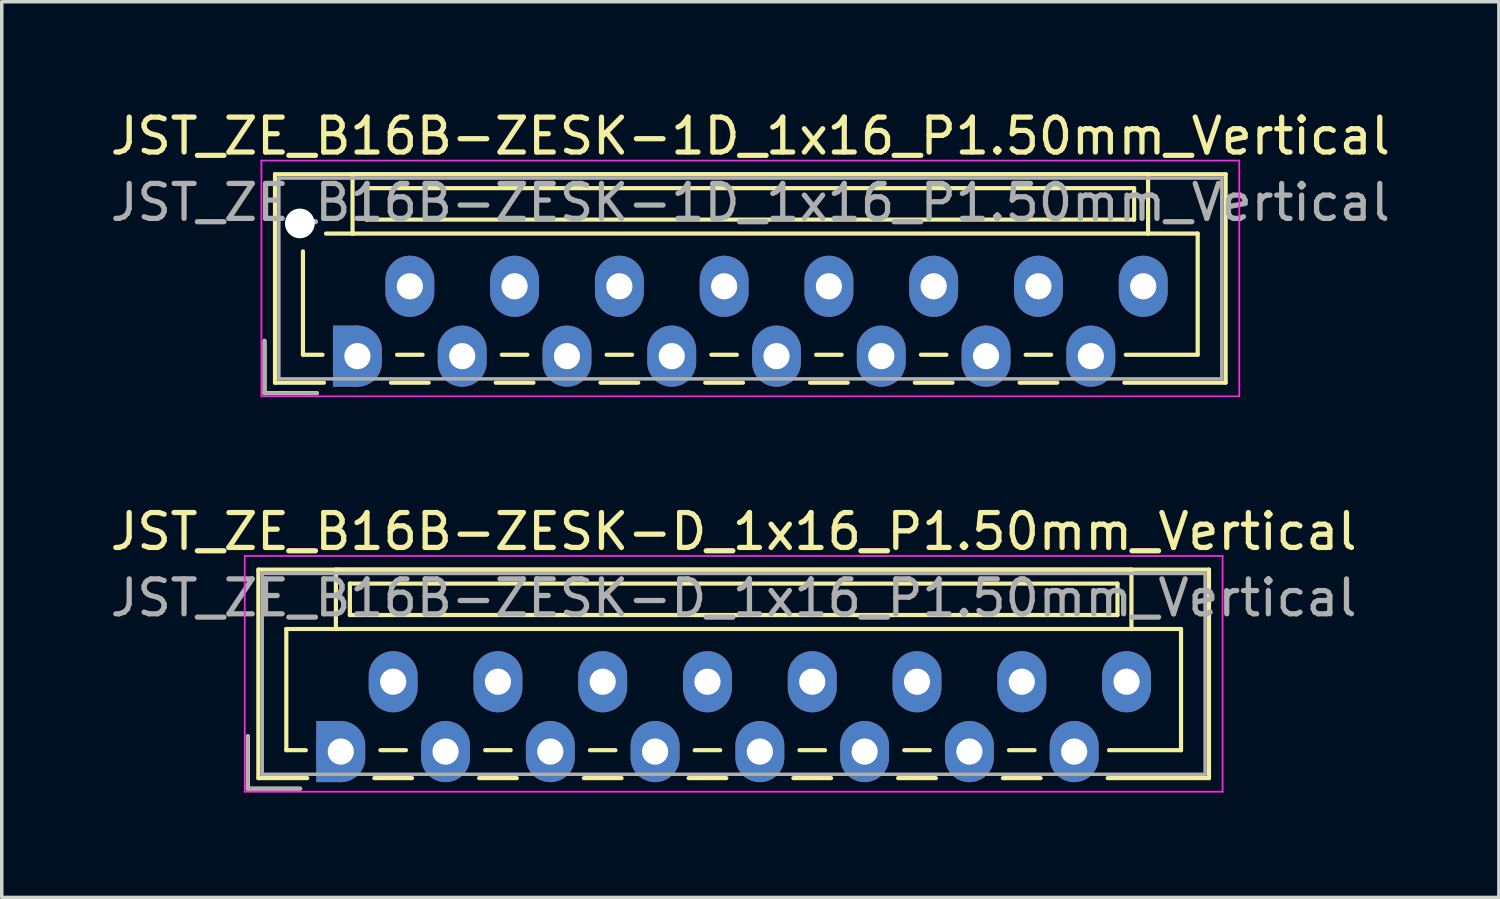
<source format=kicad_pcb>
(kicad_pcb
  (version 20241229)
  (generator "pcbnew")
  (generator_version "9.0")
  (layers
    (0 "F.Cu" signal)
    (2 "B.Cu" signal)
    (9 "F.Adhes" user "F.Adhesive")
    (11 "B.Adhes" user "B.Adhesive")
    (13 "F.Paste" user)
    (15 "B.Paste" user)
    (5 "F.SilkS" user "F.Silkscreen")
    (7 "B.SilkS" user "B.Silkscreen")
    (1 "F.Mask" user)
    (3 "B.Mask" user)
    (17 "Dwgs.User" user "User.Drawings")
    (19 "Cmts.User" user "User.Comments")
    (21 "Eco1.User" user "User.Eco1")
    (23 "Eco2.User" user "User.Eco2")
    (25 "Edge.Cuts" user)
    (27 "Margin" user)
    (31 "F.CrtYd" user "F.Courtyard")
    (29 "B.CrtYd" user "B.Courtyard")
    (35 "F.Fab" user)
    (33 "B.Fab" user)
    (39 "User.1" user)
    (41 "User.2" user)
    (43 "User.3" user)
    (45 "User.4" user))
  (footprint "JST_ZE_B16B-ZESK-D_1x16_P1.50mm_Vertical"
    (layer "F.Cu")
    (at 6.708 18.471)
    (property "Reference" "JST_ZE_B16B-ZESK-D_1x16_P1.50mm_Vertical" (at 11.25 -6.3 0) (layer "F.SilkS") (effects (font (size 1 1) (thickness 0.15))))
    (attr through_hole)
    (fp_line (start -2.66 -0.44) (end -2.66 1.06) (stroke (width 0.12) (type solid)) (layer "F.SilkS"))
    (fp_line (start -2.66 1.06) (end -1.16 1.06) (stroke (width 0.12) (type solid)) (layer "F.SilkS"))
    (fp_line (start -2.36 -5.21) (end 24.86 -5.21) (stroke (width 0.12) (type solid)) (layer "F.SilkS"))
    (fp_line (start -2.36 0.76) (end -2.36 -5.21) (stroke (width 0.12) (type solid)) (layer "F.SilkS"))
    (fp_line (start -1.56 -3.51) (end -1.56 -0.04) (stroke (width 0.12) (type solid)) (layer "F.SilkS"))
    (fp_line (start -1.56 -0.04) (end -1 -0.04) (stroke (width 0.12) (type solid)) (layer "F.SilkS"))
    (fp_line (start -0.96 0.76) (end -2.36 0.76) (stroke (width 0.12) (type solid)) (layer "F.SilkS"))
    (fp_line (start -0.14 -5.21) (end -0.14 -3.51) (stroke (width 0.12) (type solid)) (layer "F.SilkS"))
    (fp_line (start -0.14 -3.51) (end -1.56 -3.51) (stroke (width 0.12) (type solid)) (layer "F.SilkS"))
    (fp_line (start -0.14 -3.51) (end 22.64 -3.51) (stroke (width 0.12) (type solid)) (layer "F.SilkS"))
    (fp_line (start 0.26 -4.81) (end 0.26 -3.91) (stroke (width 0.12) (type solid)) (layer "F.SilkS"))
    (fp_line (start 0.26 -3.91) (end 22.24 -3.91) (stroke (width 0.12) (type solid)) (layer "F.SilkS"))
    (fp_line (start 0.96 0.76) (end 2.04 0.76) (stroke (width 0.12) (type solid)) (layer "F.SilkS"))
    (fp_line (start 1.135 -0.04) (end 1.865 -0.04) (stroke (width 0.12) (type solid)) (layer "F.SilkS"))
    (fp_line (start 3.96 0.76) (end 5.04 0.76) (stroke (width 0.12) (type solid)) (layer "F.SilkS"))
    (fp_line (start 4.135 -0.04) (end 4.865 -0.04) (stroke (width 0.12) (type solid)) (layer "F.SilkS"))
    (fp_line (start 6.96 0.76) (end 8.04 0.76) (stroke (width 0.12) (type solid)) (layer "F.SilkS"))
    (fp_line (start 7.135 -0.04) (end 7.865 -0.04) (stroke (width 0.12) (type solid)) (layer "F.SilkS"))
    (fp_line (start 9.96 0.76) (end 11.04 0.76) (stroke (width 0.12) (type solid)) (layer "F.SilkS"))
    (fp_line (start 10.135 -0.04) (end 10.865 -0.04) (stroke (width 0.12) (type solid)) (layer "F.SilkS"))
    (fp_line (start 12.96 0.76) (end 14.04 0.76) (stroke (width 0.12) (type solid)) (layer "F.SilkS"))
    (fp_line (start 13.135 -0.04) (end 13.865 -0.04) (stroke (width 0.12) (type solid)) (layer "F.SilkS"))
    (fp_line (start 15.96 0.76) (end 17.04 0.76) (stroke (width 0.12) (type solid)) (layer "F.SilkS"))
    (fp_line (start 16.135 -0.04) (end 16.865 -0.04) (stroke (width 0.12) (type solid)) (layer "F.SilkS"))
    (fp_line (start 18.96 0.76) (end 20.04 0.76) (stroke (width 0.12) (type solid)) (layer "F.SilkS"))
    (fp_line (start 19.135 -0.04) (end 19.865 -0.04) (stroke (width 0.12) (type solid)) (layer "F.SilkS"))
    (fp_line (start 22.24 -4.81) (end 0.26 -4.81) (stroke (width 0.12) (type solid)) (layer "F.SilkS"))
    (fp_line (start 22.24 -3.91) (end 22.24 -4.81) (stroke (width 0.12) (type solid)) (layer "F.SilkS"))
    (fp_line (start 22.64 -5.21) (end -0.14 -5.21) (stroke (width 0.12) (type solid)) (layer "F.SilkS"))
    (fp_line (start 22.64 -3.51) (end 22.64 -5.21) (stroke (width 0.12) (type solid)) (layer "F.SilkS"))
    (fp_line (start 22.64 -3.51) (end 24.06 -3.51) (stroke (width 0.12) (type solid)) (layer "F.SilkS"))
    (fp_line (start 24.06 -3.51) (end 24.06 -0.04) (stroke (width 0.12) (type solid)) (layer "F.SilkS"))
    (fp_line (start 24.06 -0.04) (end 22 -0.04) (stroke (width 0.12) (type solid)) (layer "F.SilkS"))
    (fp_line (start 24.86 -5.21) (end 24.86 0.76) (stroke (width 0.12) (type solid)) (layer "F.SilkS"))
    (fp_line (start 24.86 0.76) (end 21.96 0.76) (stroke (width 0.12) (type solid)) (layer "F.SilkS"))
    (fp_line (start -2.75 -5.6) (end -2.75 1.15) (stroke (width 0.05) (type solid)) (layer "F.CrtYd"))
    (fp_line (start -2.75 1.15) (end 25.25 1.15) (stroke (width 0.05) (type solid)) (layer "F.CrtYd"))
    (fp_line (start 25.25 -5.6) (end -2.75 -5.6) (stroke (width 0.05) (type solid)) (layer "F.CrtYd"))
    (fp_line (start 25.25 1.15) (end 25.25 -5.6) (stroke (width 0.05) (type solid)) (layer "F.CrtYd"))
    (fp_line (start -2.66 -0.44) (end -2.66 1.06) (stroke (width 0.1) (type solid)) (layer "F.Fab"))
    (fp_line (start -2.66 1.06) (end -1.16 1.06) (stroke (width 0.1) (type solid)) (layer "F.Fab"))
    (fp_line (start -2.25 -5.1) (end -2.25 0.65) (stroke (width 0.1) (type solid)) (layer "F.Fab"))
    (fp_line (start -2.25 0.65) (end 24.75 0.65) (stroke (width 0.1) (type solid)) (layer "F.Fab"))
    (fp_line (start 24.75 -5.1) (end -2.25 -5.1) (stroke (width 0.1) (type solid)) (layer "F.Fab"))
    (fp_line (start 24.75 0.65) (end 24.75 -5.1) (stroke (width 0.1) (type solid)) (layer "F.Fab"))
    (fp_text user "${REFERENCE}" (at 11.25 -4.4 0) (layer "F.Fab") (effects (font (size 1 1) (thickness 0.15))))
    (pad "1" smd rect (at -0.35 0) (size 0.7 1.75) (layers "F.Cu" "F.Mask"))
    (pad "1" smd rect (at -0.35 0) (size 0.7 1.75) (layers "B.Cu" "B.Mask"))
    (pad "1" thru_hole oval (at 0 0) (size 1.4 1.75) (drill 0.75) (layers "*.Cu" "*.Mask"))
    (pad "2" thru_hole oval (at 1.5 -2) (size 1.4 1.75) (drill 0.75) (layers "*.Cu" "*.Mask"))
    (pad "3" thru_hole oval (at 3 0) (size 1.4 1.75) (drill 0.75) (layers "*.Cu" "*.Mask"))
    (pad "4" thru_hole oval (at 4.5 -2) (size 1.4 1.75) (drill 0.75) (layers "*.Cu" "*.Mask"))
    (pad "5" thru_hole oval (at 6 0) (size 1.4 1.75) (drill 0.75) (layers "*.Cu" "*.Mask"))
    (pad "6" thru_hole oval (at 7.5 -2) (size 1.4 1.75) (drill 0.75) (layers "*.Cu" "*.Mask"))
    (pad "7" thru_hole oval (at 9 0) (size 1.4 1.75) (drill 0.75) (layers "*.Cu" "*.Mask"))
    (pad "8" thru_hole oval (at 10.5 -2) (size 1.4 1.75) (drill 0.75) (layers "*.Cu" "*.Mask"))
    (pad "9" thru_hole oval (at 12 0) (size 1.4 1.75) (drill 0.75) (layers "*.Cu" "*.Mask"))
    (pad "10" thru_hole oval (at 13.5 -2) (size 1.4 1.75) (drill 0.75) (layers "*.Cu" "*.Mask"))
    (pad "11" thru_hole oval (at 15 0) (size 1.4 1.75) (drill 0.75) (layers "*.Cu" "*.Mask"))
    (pad "12" thru_hole oval (at 16.5 -2) (size 1.4 1.75) (drill 0.75) (layers "*.Cu" "*.Mask"))
    (pad "13" thru_hole oval (at 18 0) (size 1.4 1.75) (drill 0.75) (layers "*.Cu" "*.Mask"))
    (pad "14" thru_hole oval (at 19.5 -2) (size 1.4 1.75) (drill 0.75) (layers "*.Cu" "*.Mask"))
    (pad "15" thru_hole oval (at 21 0) (size 1.4 1.75) (drill 0.75) (layers "*.Cu" "*.Mask"))
    (pad "16" thru_hole oval (at 22.5 -2) (size 1.4 1.75) (drill 0.75) (layers "*.Cu" "*.Mask")))
  (footprint "JST_ZE_B16B-ZESK-1D_1x16_P1.50mm_Vertical"
    (layer "F.Cu")
    (at 7.185 7.148)
    (property "Reference" "JST_ZE_B16B-ZESK-1D_1x16_P1.50mm_Vertical" (at 11.25 -6.3 0) (layer "F.SilkS") (effects (font (size 1 1) (thickness 0.15))))
    (attr through_hole)
    (fp_line (start -2.66 -0.44) (end -2.66 1.06) (stroke (width 0.12) (type solid)) (layer "F.SilkS"))
    (fp_line (start -2.66 1.06) (end -1.16 1.06) (stroke (width 0.12) (type solid)) (layer "F.SilkS"))
    (fp_line (start -2.36 -5.21) (end 24.86 -5.21) (stroke (width 0.12) (type solid)) (layer "F.SilkS"))
    (fp_line (start -2.36 0.76) (end -2.36 -5.21) (stroke (width 0.12) (type solid)) (layer "F.SilkS"))
    (fp_line (start -1.56 -3) (end -1.56 -0.04) (stroke (width 0.12) (type solid)) (layer "F.SilkS"))
    (fp_line (start -1.56 -0.04) (end -1 -0.04) (stroke (width 0.12) (type solid)) (layer "F.SilkS"))
    (fp_line (start -0.96 0.76) (end -2.36 0.76) (stroke (width 0.12) (type solid)) (layer "F.SilkS"))
    (fp_line (start -0.14 -5.21) (end -0.14 -3.51) (stroke (width 0.12) (type solid)) (layer "F.SilkS"))
    (fp_line (start -0.14 -3.51) (end -0.9 -3.51) (stroke (width 0.12) (type solid)) (layer "F.SilkS"))
    (fp_line (start -0.14 -3.51) (end 22.64 -3.51) (stroke (width 0.12) (type solid)) (layer "F.SilkS"))
    (fp_line (start 0.26 -4.81) (end 0.26 -3.91) (stroke (width 0.12) (type solid)) (layer "F.SilkS"))
    (fp_line (start 0.26 -3.91) (end 22.24 -3.91) (stroke (width 0.12) (type solid)) (layer "F.SilkS"))
    (fp_line (start 0.96 0.76) (end 2.04 0.76) (stroke (width 0.12) (type solid)) (layer "F.SilkS"))
    (fp_line (start 1.135 -0.04) (end 1.865 -0.04) (stroke (width 0.12) (type solid)) (layer "F.SilkS"))
    (fp_line (start 3.96 0.76) (end 5.04 0.76) (stroke (width 0.12) (type solid)) (layer "F.SilkS"))
    (fp_line (start 4.135 -0.04) (end 4.865 -0.04) (stroke (width 0.12) (type solid)) (layer "F.SilkS"))
    (fp_line (start 6.96 0.76) (end 8.04 0.76) (stroke (width 0.12) (type solid)) (layer "F.SilkS"))
    (fp_line (start 7.135 -0.04) (end 7.865 -0.04) (stroke (width 0.12) (type solid)) (layer "F.SilkS"))
    (fp_line (start 9.96 0.76) (end 11.04 0.76) (stroke (width 0.12) (type solid)) (layer "F.SilkS"))
    (fp_line (start 10.135 -0.04) (end 10.865 -0.04) (stroke (width 0.12) (type solid)) (layer "F.SilkS"))
    (fp_line (start 12.96 0.76) (end 14.04 0.76) (stroke (width 0.12) (type solid)) (layer "F.SilkS"))
    (fp_line (start 13.135 -0.04) (end 13.865 -0.04) (stroke (width 0.12) (type solid)) (layer "F.SilkS"))
    (fp_line (start 15.96 0.76) (end 17.04 0.76) (stroke (width 0.12) (type solid)) (layer "F.SilkS"))
    (fp_line (start 16.135 -0.04) (end 16.865 -0.04) (stroke (width 0.12) (type solid)) (layer "F.SilkS"))
    (fp_line (start 18.96 0.76) (end 20.04 0.76) (stroke (width 0.12) (type solid)) (layer "F.SilkS"))
    (fp_line (start 19.135 -0.04) (end 19.865 -0.04) (stroke (width 0.12) (type solid)) (layer "F.SilkS"))
    (fp_line (start 22.24 -4.81) (end 0.26 -4.81) (stroke (width 0.12) (type solid)) (layer "F.SilkS"))
    (fp_line (start 22.24 -3.91) (end 22.24 -4.81) (stroke (width 0.12) (type solid)) (layer "F.SilkS"))
    (fp_line (start 22.64 -5.21) (end -0.14 -5.21) (stroke (width 0.12) (type solid)) (layer "F.SilkS"))
    (fp_line (start 22.64 -3.51) (end 22.64 -5.21) (stroke (width 0.12) (type solid)) (layer "F.SilkS"))
    (fp_line (start 22.64 -3.51) (end 24.06 -3.51) (stroke (width 0.12) (type solid)) (layer "F.SilkS"))
    (fp_line (start 24.06 -3.51) (end 24.06 -0.04) (stroke (width 0.12) (type solid)) (layer "F.SilkS"))
    (fp_line (start 24.06 -0.04) (end 22 -0.04) (stroke (width 0.12) (type solid)) (layer "F.SilkS"))
    (fp_line (start 24.86 -5.21) (end 24.86 0.76) (stroke (width 0.12) (type solid)) (layer "F.SilkS"))
    (fp_line (start 24.86 0.76) (end 21.96 0.76) (stroke (width 0.12) (type solid)) (layer "F.SilkS"))
    (fp_line (start -2.75 -5.6) (end -2.75 1.15) (stroke (width 0.05) (type solid)) (layer "F.CrtYd"))
    (fp_line (start -2.75 1.15) (end 25.25 1.15) (stroke (width 0.05) (type solid)) (layer "F.CrtYd"))
    (fp_line (start 25.25 -5.6) (end -2.75 -5.6) (stroke (width 0.05) (type solid)) (layer "F.CrtYd"))
    (fp_line (start 25.25 1.15) (end 25.25 -5.6) (stroke (width 0.05) (type solid)) (layer "F.CrtYd"))
    (fp_line (start -2.66 -0.44) (end -2.66 1.06) (stroke (width 0.1) (type solid)) (layer "F.Fab"))
    (fp_line (start -2.66 1.06) (end -1.16 1.06) (stroke (width 0.1) (type solid)) (layer "F.Fab"))
    (fp_line (start -2.25 -5.1) (end -2.25 0.65) (stroke (width 0.1) (type solid)) (layer "F.Fab"))
    (fp_line (start -2.25 0.65) (end 24.75 0.65) (stroke (width 0.1) (type solid)) (layer "F.Fab"))
    (fp_line (start 24.75 -5.1) (end -2.25 -5.1) (stroke (width 0.1) (type solid)) (layer "F.Fab"))
    (fp_line (start 24.75 0.65) (end 24.75 -5.1) (stroke (width 0.1) (type solid)) (layer "F.Fab"))
    (fp_text user "${REFERENCE}" (at 11.25 -4.4 0) (layer "F.Fab") (effects (font (size 1 1) (thickness 0.15))))
    (pad "" np_thru_hole circle (at -1.65 -3.8) (size 0.85 0.85) (drill 0.85) (layers "*.Cu" "*.Mask"))
    (pad "1" smd rect (at -0.35 0) (size 0.7 1.75) (layers "F.Cu" "F.Mask"))
    (pad "1" smd rect (at -0.35 0) (size 0.7 1.75) (layers "B.Cu" "B.Mask"))
    (pad "1" thru_hole oval (at 0 0) (size 1.4 1.75) (drill 0.75) (layers "*.Cu" "*.Mask"))
    (pad "2" thru_hole oval (at 1.5 -2) (size 1.4 1.75) (drill 0.75) (layers "*.Cu" "*.Mask"))
    (pad "3" thru_hole oval (at 3 0) (size 1.4 1.75) (drill 0.75) (layers "*.Cu" "*.Mask"))
    (pad "4" thru_hole oval (at 4.5 -2) (size 1.4 1.75) (drill 0.75) (layers "*.Cu" "*.Mask"))
    (pad "5" thru_hole oval (at 6 0) (size 1.4 1.75) (drill 0.75) (layers "*.Cu" "*.Mask"))
    (pad "6" thru_hole oval (at 7.5 -2) (size 1.4 1.75) (drill 0.75) (layers "*.Cu" "*.Mask"))
    (pad "7" thru_hole oval (at 9 0) (size 1.4 1.75) (drill 0.75) (layers "*.Cu" "*.Mask"))
    (pad "8" thru_hole oval (at 10.5 -2) (size 1.4 1.75) (drill 0.75) (layers "*.Cu" "*.Mask"))
    (pad "9" thru_hole oval (at 12 0) (size 1.4 1.75) (drill 0.75) (layers "*.Cu" "*.Mask"))
    (pad "10" thru_hole oval (at 13.5 -2) (size 1.4 1.75) (drill 0.75) (layers "*.Cu" "*.Mask"))
    (pad "11" thru_hole oval (at 15 0) (size 1.4 1.75) (drill 0.75) (layers "*.Cu" "*.Mask"))
    (pad "12" thru_hole oval (at 16.5 -2) (size 1.4 1.75) (drill 0.75) (layers "*.Cu" "*.Mask"))
    (pad "13" thru_hole oval (at 18 0) (size 1.4 1.75) (drill 0.75) (layers "*.Cu" "*.Mask"))
    (pad "14" thru_hole oval (at 19.5 -2) (size 1.4 1.75) (drill 0.75) (layers "*.Cu" "*.Mask"))
    (pad "15" thru_hole oval (at 21 0) (size 1.4 1.75) (drill 0.75) (layers "*.Cu" "*.Mask"))
    (pad "16" thru_hole oval (at 22.5 -2) (size 1.4 1.75) (drill 0.75) (layers "*.Cu" "*.Mask")))
  (gr_rect
    (start -3 -3)
    (end 39.869 22.646)
    (stroke (width 0.1) (type default))
    (fill no)
    (layer "Edge.Cuts")))
</source>
